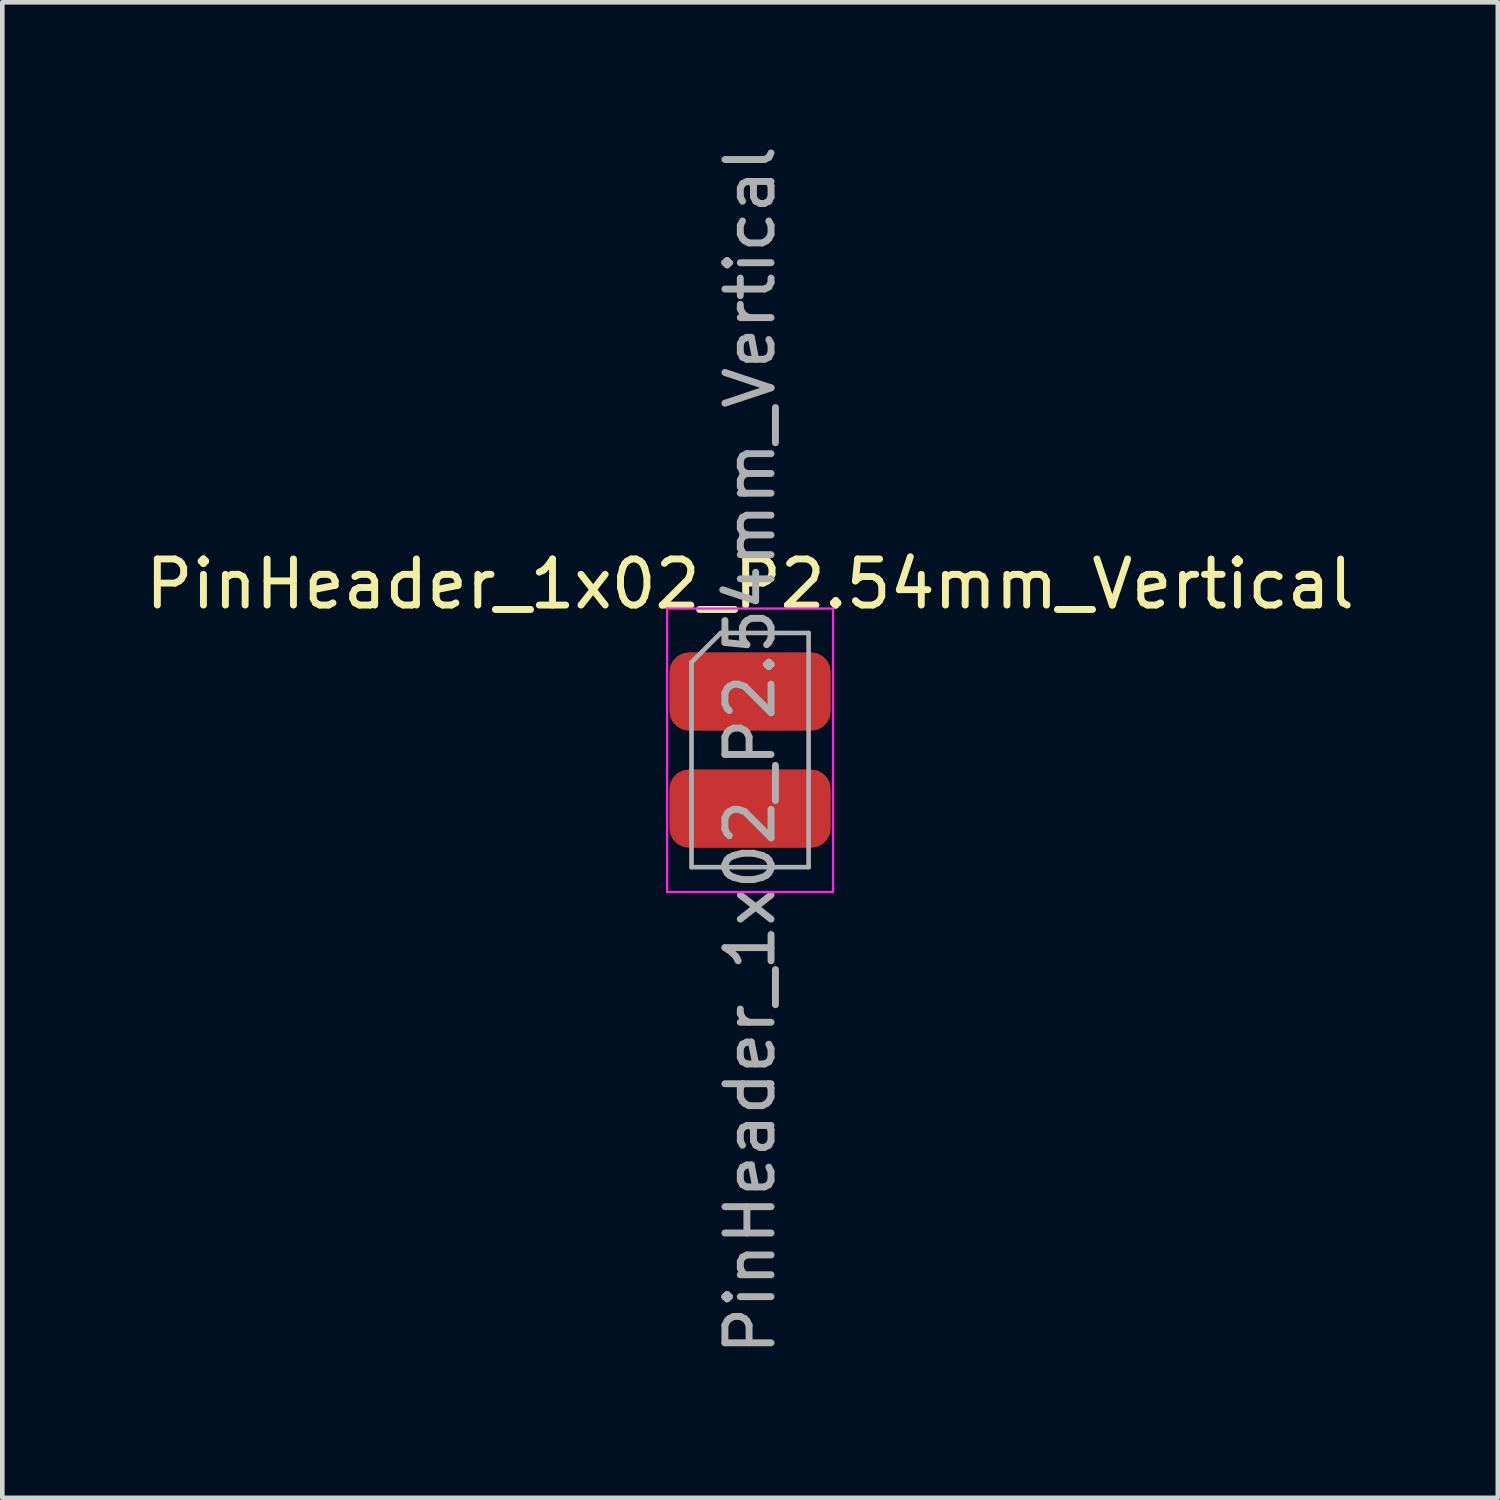
<source format=kicad_pcb>
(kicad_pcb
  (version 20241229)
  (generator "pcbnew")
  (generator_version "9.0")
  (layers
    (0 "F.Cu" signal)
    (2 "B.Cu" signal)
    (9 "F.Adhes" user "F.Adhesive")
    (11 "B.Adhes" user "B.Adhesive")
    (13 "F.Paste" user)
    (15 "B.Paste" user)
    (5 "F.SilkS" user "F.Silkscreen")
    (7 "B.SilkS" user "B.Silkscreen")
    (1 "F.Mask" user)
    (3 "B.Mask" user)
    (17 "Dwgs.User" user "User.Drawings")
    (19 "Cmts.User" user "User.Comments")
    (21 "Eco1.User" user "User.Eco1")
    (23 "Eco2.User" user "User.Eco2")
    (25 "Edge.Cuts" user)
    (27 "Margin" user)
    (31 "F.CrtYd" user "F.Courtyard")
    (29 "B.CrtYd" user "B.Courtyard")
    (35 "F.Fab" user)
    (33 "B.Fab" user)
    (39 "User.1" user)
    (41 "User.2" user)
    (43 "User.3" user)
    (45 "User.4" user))
  (footprint "PinHeader_1x02_P2.54mm_Vertical"
    (layer "F.Cu")
    (at 13.22 11.95)
    (property "Reference" "PinHeader_1x02_P2.54mm_Vertical" (at 0 -2.33 0) (layer "F.SilkS") (effects (font (size 1 1) (thickness 0.15))))
    (attr through_hole)
    (fp_line (start -1.8 -1.8) (end -1.8 4.35) (stroke (width 0.05) (type solid)) (layer "F.CrtYd"))
    (fp_line (start -1.8 4.35) (end 1.8 4.35) (stroke (width 0.05) (type solid)) (layer "F.CrtYd"))
    (fp_line (start 1.8 -1.8) (end -1.8 -1.8) (stroke (width 0.05) (type solid)) (layer "F.CrtYd"))
    (fp_line (start 1.8 4.35) (end 1.8 -1.8) (stroke (width 0.05) (type solid)) (layer "F.CrtYd"))
    (fp_line (start -1.27 -0.635) (end -0.635 -1.27) (stroke (width 0.1) (type solid)) (layer "F.Fab"))
    (fp_line (start -1.27 3.81) (end -1.27 -0.635) (stroke (width 0.1) (type solid)) (layer "F.Fab"))
    (fp_line (start -0.635 -1.27) (end 1.27 -1.27) (stroke (width 0.1) (type solid)) (layer "F.Fab"))
    (fp_line (start 1.27 -1.27) (end 1.27 3.81) (stroke (width 0.1) (type solid)) (layer "F.Fab"))
    (fp_line (start 1.27 3.81) (end -1.27 3.81) (stroke (width 0.1) (type solid)) (layer "F.Fab"))
    (fp_text user "${REFERENCE}" (at 0 1.27 90) (layer "F.Fab") (effects (font (size 1 1) (thickness 0.15))))
    (pad "1" smd roundrect (at 0 0) (size 3.5 1.7) (layers "F.Cu" "F.Mask" "F.Paste") (roundrect_rratio 0.25))
    (pad "2" smd roundrect (at 0 2.54) (size 3.5 1.7) (layers "F.Cu" "F.Mask" "F.Paste") (roundrect_rratio 0.25)))
  (gr_rect
    (start -3 -3)
    (end 29.44 29.44)
    (stroke (width 0.1) (type default))
    (fill no)
    (layer "Edge.Cuts")))
</source>
